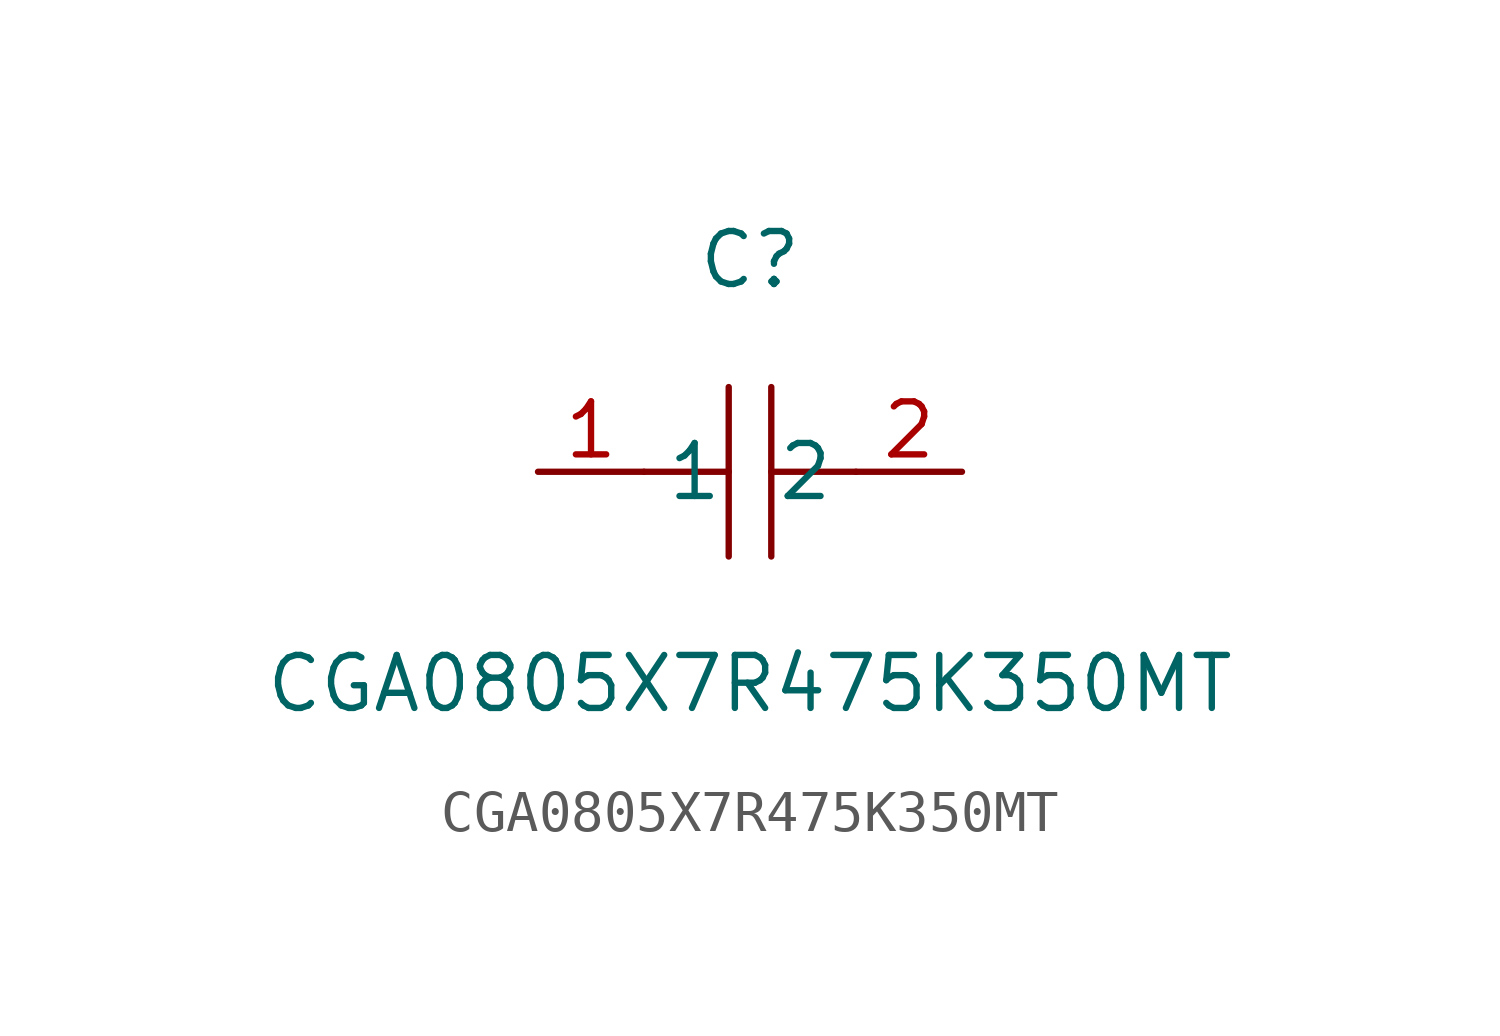
<source format=kicad_sym>
(kicad_symbol_lib
  (version 1)
  (generator "faebryk")
  (symbol "CGA0805X7R475K350MT"
    (property "Reference" "C"
      (at 0 5.08 0)
      (effects (font (size 1.27 1.27)) (hide no)))
    (property "Value" "CGA0805X7R475K350MT"
      (at 0 -5.08 0)
      (effects (font (size 1.27 1.27)) (hide no)))
    (symbol "CGA0805X7R475K350MT_0_1"
      (polyline (stroke (width 0) (type default) (color 0 0 0 0)) (fill (type none)) (pts (xy -0.51 -2.03) (xy -0.51 2.03)))
      (polyline (stroke (width 0) (type default) (color 0 0 0 0)) (fill (type none)) (pts (xy 2.54 0) (xy 0.51 0)))
      (polyline (stroke (width 0) (type default) (color 0 0 0 0)) (fill (type none)) (pts (xy 0.51 2.03) (xy 0.51 -2.03)))
      (polyline (stroke (width 0) (type default) (color 0 0 0 0)) (fill (type none)) (pts (xy -0.51 0) (xy -2.54 0)))
      (pin unspecified line (at -5.08 0 0) (length 2.54) (name "1" (effects (font (size 1.27 1.27)) (hide no))) (number "1" (effects (font (size 1.27 1.27)) (hide no))))
      (pin unspecified line (at 5.08 0 180) (length 2.54) (name "2" (effects (font (size 1.27 1.27)) (hide no))) (number "2" (effects (font (size 1.27 1.27)) (hide no)))))))
</source>
